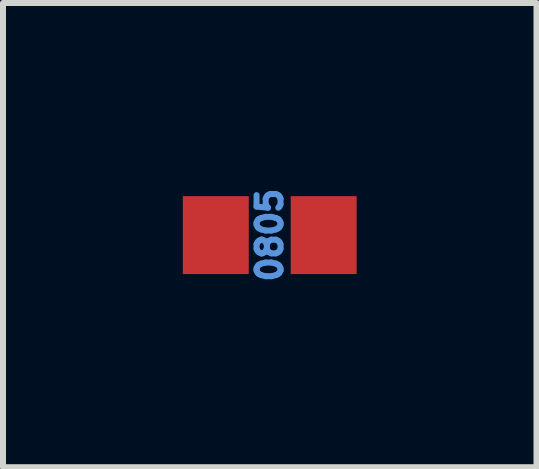
<source format=kicad_pcb>
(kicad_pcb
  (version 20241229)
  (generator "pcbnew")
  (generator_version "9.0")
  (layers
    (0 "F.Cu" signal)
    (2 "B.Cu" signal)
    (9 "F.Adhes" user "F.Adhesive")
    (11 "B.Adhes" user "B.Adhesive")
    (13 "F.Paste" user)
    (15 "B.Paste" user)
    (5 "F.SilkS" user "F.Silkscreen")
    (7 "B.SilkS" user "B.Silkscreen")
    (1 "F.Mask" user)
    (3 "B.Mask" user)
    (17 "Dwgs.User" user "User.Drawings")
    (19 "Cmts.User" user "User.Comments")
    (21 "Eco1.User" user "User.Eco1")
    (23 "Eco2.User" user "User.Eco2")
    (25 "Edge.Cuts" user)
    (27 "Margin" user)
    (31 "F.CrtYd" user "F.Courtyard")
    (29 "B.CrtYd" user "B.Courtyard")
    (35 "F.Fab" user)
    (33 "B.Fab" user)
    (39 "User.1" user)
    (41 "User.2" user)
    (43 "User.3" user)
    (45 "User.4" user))
  (footprint "0805"
    (layer "F.Cu")
    (at 1.45 0.872)
    (property "Reference" "0805" (at 0 0 90) (layer "Cmts.User") (effects (font (size 0.4 0.4) (thickness 0.1))))
    (attr through_hole)
    (pad "1" smd rect (at -0.9 0) (size 1.1 1.3) (layers "F.Cu" "F.Mask" "F.Paste"))
    (pad "2" smd rect (at 0.9 0) (size 1.1 1.3) (layers "F.Cu" "F.Mask" "F.Paste")))
  (gr_rect
    (start -3 -3)
    (end 5.9 4.744)
    (stroke (width 0.1) (type default))
    (fill no)
    (layer "Edge.Cuts")))
</source>
